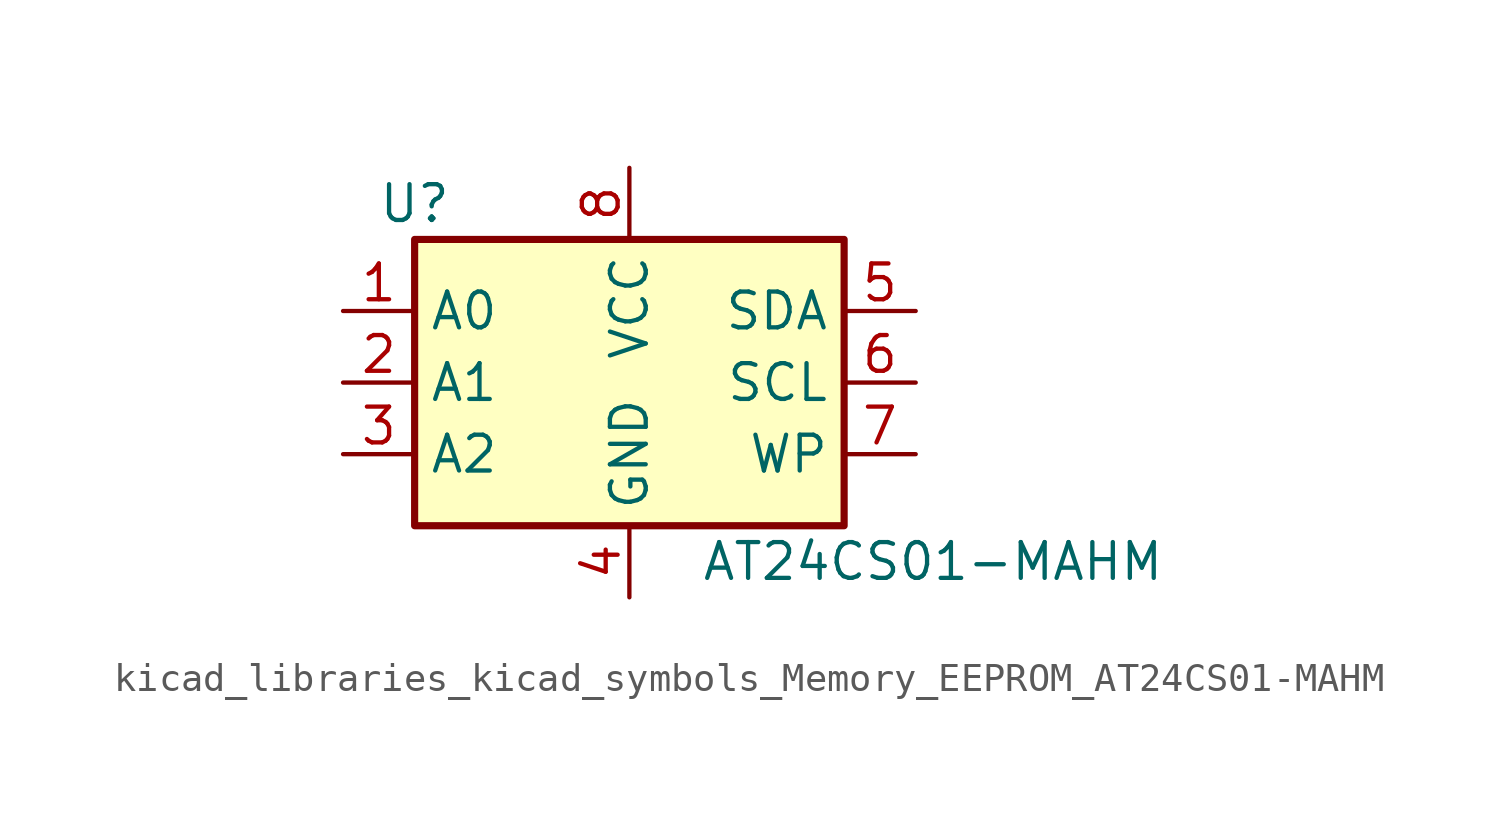
<source format=kicad_sym>
(kicad_symbol_lib
  (version 20220914)
  (generator kicad_symbol_editor)
  (symbol "kicad_libraries_kicad_symbols_Memory_EEPROM_AT24CS01-MAHM"
    (property "Reference" "U"
      (at -7.62 6.35 0)
      (effects (font (size 1.27 1.27))))
    (property "Value" "AT24CS01-MAHM"
      (at 2.54 -6.35 0)
      (effects (font (size 1.27 1.27)) (justify left)))
    (symbol "kicad_libraries_kicad_symbols_Memory_EEPROM_AT24CS01-MAHM_1_1"
      (rectangle (start -7.62 5.08) (end 7.62 -5.08) (stroke (width 0.254) (type default)) (fill (type background)))
      (pin input line (at -10.16 2.54 0) (length 2.54) (name "A0" (effects (font (size 1.27 1.27)))) (number "1" (effects (font (size 1.27 1.27)))))
      (pin input line (at -10.16 0 0) (length 2.54) (name "A1" (effects (font (size 1.27 1.27)))) (number "2" (effects (font (size 1.27 1.27)))))
      (pin input line (at -10.16 -2.54 0) (length 2.54) (name "A2" (effects (font (size 1.27 1.27)))) (number "3" (effects (font (size 1.27 1.27)))))
      (pin power_in line (at 0 -7.62 90) (length 2.54) (name "GND" (effects (font (size 1.27 1.27)))) (number "4" (effects (font (size 1.27 1.27)))))
      (pin bidirectional line (at 10.16 2.54 180) (length 2.54) (name "SDA" (effects (font (size 1.27 1.27)))) (number "5" (effects (font (size 1.27 1.27)))))
      (pin input line (at 10.16 0 180) (length 2.54) (name "SCL" (effects (font (size 1.27 1.27)))) (number "6" (effects (font (size 1.27 1.27)))))
      (pin input line (at 10.16 -2.54 180) (length 2.54) (name "WP" (effects (font (size 1.27 1.27)))) (number "7" (effects (font (size 1.27 1.27)))))
      (pin power_in line (at 0 7.62 270) (length 2.54) (name "VCC" (effects (font (size 1.27 1.27)))) (number "8" (effects (font (size 1.27 1.27))))))))
</source>
